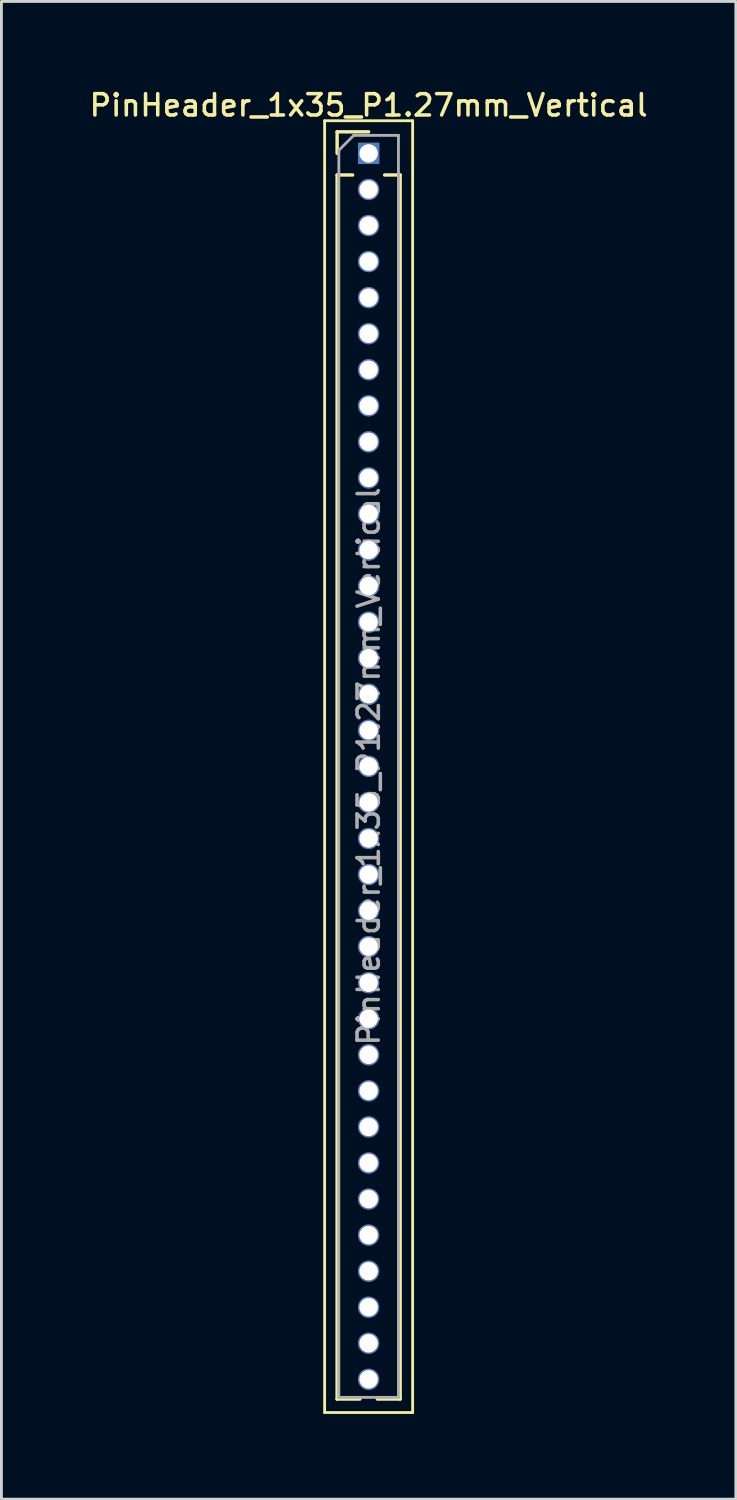
<source format=kicad_pcb>
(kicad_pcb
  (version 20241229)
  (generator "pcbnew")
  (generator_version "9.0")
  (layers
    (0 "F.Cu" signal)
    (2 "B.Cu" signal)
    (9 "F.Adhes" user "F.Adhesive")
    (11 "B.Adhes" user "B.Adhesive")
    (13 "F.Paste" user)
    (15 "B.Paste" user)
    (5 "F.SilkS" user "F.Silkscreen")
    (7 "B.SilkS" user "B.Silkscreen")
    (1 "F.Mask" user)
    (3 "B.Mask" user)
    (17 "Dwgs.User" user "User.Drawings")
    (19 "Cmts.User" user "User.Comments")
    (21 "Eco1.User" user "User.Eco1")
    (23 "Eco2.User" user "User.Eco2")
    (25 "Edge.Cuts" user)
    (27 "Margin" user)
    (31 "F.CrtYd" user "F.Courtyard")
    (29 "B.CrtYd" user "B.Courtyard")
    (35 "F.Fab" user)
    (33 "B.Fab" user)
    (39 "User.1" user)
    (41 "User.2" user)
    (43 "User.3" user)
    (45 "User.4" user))
  (footprint "PinHeader_1x35_P1.27mm_Vertical"
    (layer "F.Cu")
    (at 9.934 2.353)
    (property "Reference" "PinHeader_1x35_P1.27mm_Vertical" (at 0 -1.695 0) (layer "F.SilkS") (effects (font (size 0.75 0.75) (thickness 0.125))))
    (attr through_hole)
    (fp_line (start -1.55 -1.15) (end -1.55 44.35) (stroke (width 0.1) (type solid)) (layer "F.SilkS"))
    (fp_line (start -1.55 44.35) (end 1.55 44.35) (stroke (width 0.1) (type solid)) (layer "F.SilkS"))
    (fp_line (start -1.11 -0.76) (end 0 -0.76) (stroke (width 0.12) (type solid)) (layer "F.SilkS"))
    (fp_line (start -1.11 0) (end -1.11 -0.76) (stroke (width 0.12) (type solid)) (layer "F.SilkS"))
    (fp_line (start -1.11 0.76) (end -1.11 43.875) (stroke (width 0.12) (type solid)) (layer "F.SilkS"))
    (fp_line (start -1.11 0.76) (end -0.563 0.76) (stroke (width 0.12) (type solid)) (layer "F.SilkS"))
    (fp_line (start -1.11 43.875) (end -0.308 43.875) (stroke (width 0.12) (type solid)) (layer "F.SilkS"))
    (fp_line (start 0.308 43.875) (end 1.11 43.875) (stroke (width 0.12) (type solid)) (layer "F.SilkS"))
    (fp_line (start 0.563 0.76) (end 1.11 0.76) (stroke (width 0.12) (type solid)) (layer "F.SilkS"))
    (fp_line (start 1.11 0.76) (end 1.11 43.875) (stroke (width 0.12) (type solid)) (layer "F.SilkS"))
    (fp_line (start 1.55 -1.15) (end -1.55 -1.15) (stroke (width 0.1) (type solid)) (layer "F.SilkS"))
    (fp_line (start 1.55 44.35) (end 1.55 -1.15) (stroke (width 0.1) (type solid)) (layer "F.SilkS"))
    (fp_line (start -1.05 -0.11) (end -0.525 -0.635) (stroke (width 0.1) (type solid)) (layer "F.Fab"))
    (fp_line (start -1.05 43.815) (end -1.05 -0.11) (stroke (width 0.1) (type solid)) (layer "F.Fab"))
    (fp_line (start -0.525 -0.635) (end 1.05 -0.635) (stroke (width 0.1) (type solid)) (layer "F.Fab"))
    (fp_line (start 1.05 -0.635) (end 1.05 43.815) (stroke (width 0.1) (type solid)) (layer "F.Fab"))
    (fp_line (start 1.05 43.815) (end -1.05 43.815) (stroke (width 0.1) (type solid)) (layer "F.Fab"))
    (fp_text user "${REFERENCE}" (at 0 21.59 90) (layer "F.Fab") (effects (font (size 0.75 0.75) (thickness 0.125))))
    (pad "1" thru_hole rect (at 0 0) (size 0.75 0.75) (drill 0.65) (layers "*.Cu" "*.Mask"))
    (pad "2" thru_hole oval (at 0 1.27) (size 0.75 0.75) (drill 0.65) (layers "*.Cu" "*.Mask"))
    (pad "3" thru_hole oval (at 0 2.54) (size 0.75 0.75) (drill 0.65) (layers "*.Cu" "*.Mask"))
    (pad "4" thru_hole oval (at 0 3.81) (size 0.75 0.75) (drill 0.65) (layers "*.Cu" "*.Mask"))
    (pad "5" thru_hole oval (at 0 5.08) (size 0.75 0.75) (drill 0.65) (layers "*.Cu" "*.Mask"))
    (pad "6" thru_hole oval (at 0 6.35) (size 0.75 0.75) (drill 0.65) (layers "*.Cu" "*.Mask"))
    (pad "7" thru_hole oval (at 0 7.62) (size 0.75 0.75) (drill 0.65) (layers "*.Cu" "*.Mask"))
    (pad "8" thru_hole oval (at 0 8.89) (size 0.75 0.75) (drill 0.65) (layers "*.Cu" "*.Mask"))
    (pad "9" thru_hole oval (at 0 10.16) (size 0.75 0.75) (drill 0.65) (layers "*.Cu" "*.Mask"))
    (pad "10" thru_hole oval (at 0 11.43) (size 0.75 0.75) (drill 0.65) (layers "*.Cu" "*.Mask"))
    (pad "11" thru_hole oval (at 0 12.7) (size 0.75 0.75) (drill 0.65) (layers "*.Cu" "*.Mask"))
    (pad "12" thru_hole oval (at 0 13.97) (size 0.75 0.75) (drill 0.65) (layers "*.Cu" "*.Mask"))
    (pad "13" thru_hole oval (at 0 15.24) (size 0.75 0.75) (drill 0.65) (layers "*.Cu" "*.Mask"))
    (pad "14" thru_hole oval (at 0 16.51) (size 0.75 0.75) (drill 0.65) (layers "*.Cu" "*.Mask"))
    (pad "15" thru_hole oval (at 0 17.78) (size 0.75 0.75) (drill 0.65) (layers "*.Cu" "*.Mask"))
    (pad "16" thru_hole oval (at 0 19.05) (size 0.75 0.75) (drill 0.65) (layers "*.Cu" "*.Mask"))
    (pad "17" thru_hole oval (at 0 20.32) (size 0.75 0.75) (drill 0.65) (layers "*.Cu" "*.Mask"))
    (pad "18" thru_hole oval (at 0 21.59) (size 0.75 0.75) (drill 0.65) (layers "*.Cu" "*.Mask"))
    (pad "19" thru_hole oval (at 0 22.86) (size 0.75 0.75) (drill 0.65) (layers "*.Cu" "*.Mask"))
    (pad "20" thru_hole oval (at 0 24.13) (size 0.75 0.75) (drill 0.65) (layers "*.Cu" "*.Mask"))
    (pad "21" thru_hole oval (at 0 25.4) (size 0.75 0.75) (drill 0.65) (layers "*.Cu" "*.Mask"))
    (pad "22" thru_hole oval (at 0 26.67) (size 0.75 0.75) (drill 0.65) (layers "*.Cu" "*.Mask"))
    (pad "23" thru_hole oval (at 0 27.94) (size 0.75 0.75) (drill 0.65) (layers "*.Cu" "*.Mask"))
    (pad "24" thru_hole oval (at 0 29.21) (size 0.75 0.75) (drill 0.65) (layers "*.Cu" "*.Mask"))
    (pad "25" thru_hole oval (at 0 30.48) (size 0.75 0.75) (drill 0.65) (layers "*.Cu" "*.Mask"))
    (pad "26" thru_hole oval (at 0 31.75) (size 0.75 0.75) (drill 0.65) (layers "*.Cu" "*.Mask"))
    (pad "27" thru_hole oval (at 0 33.02) (size 0.75 0.75) (drill 0.65) (layers "*.Cu" "*.Mask"))
    (pad "28" thru_hole oval (at 0 34.29) (size 0.75 0.75) (drill 0.65) (layers "*.Cu" "*.Mask"))
    (pad "29" thru_hole oval (at 0 35.56) (size 0.75 0.75) (drill 0.65) (layers "*.Cu" "*.Mask"))
    (pad "30" thru_hole oval (at 0 36.83) (size 0.75 0.75) (drill 0.65) (layers "*.Cu" "*.Mask"))
    (pad "31" thru_hole oval (at 0 38.1) (size 0.75 0.75) (drill 0.65) (layers "*.Cu" "*.Mask"))
    (pad "32" thru_hole oval (at 0 39.37) (size 0.75 0.75) (drill 0.65) (layers "*.Cu" "*.Mask"))
    (pad "33" thru_hole oval (at 0 40.64) (size 0.75 0.75) (drill 0.65) (layers "*.Cu" "*.Mask"))
    (pad "34" thru_hole oval (at 0 41.91) (size 0.75 0.75) (drill 0.65) (layers "*.Cu" "*.Mask"))
    (pad "35" thru_hole oval (at 0 43.18) (size 0.75 0.75) (drill 0.65) (layers "*.Cu" "*.Mask")))
  (gr_rect
    (start -3 -3)
    (end 22.868 49.753)
    (stroke (width 0.1) (type default))
    (fill no)
    (layer "Edge.Cuts")))
</source>
